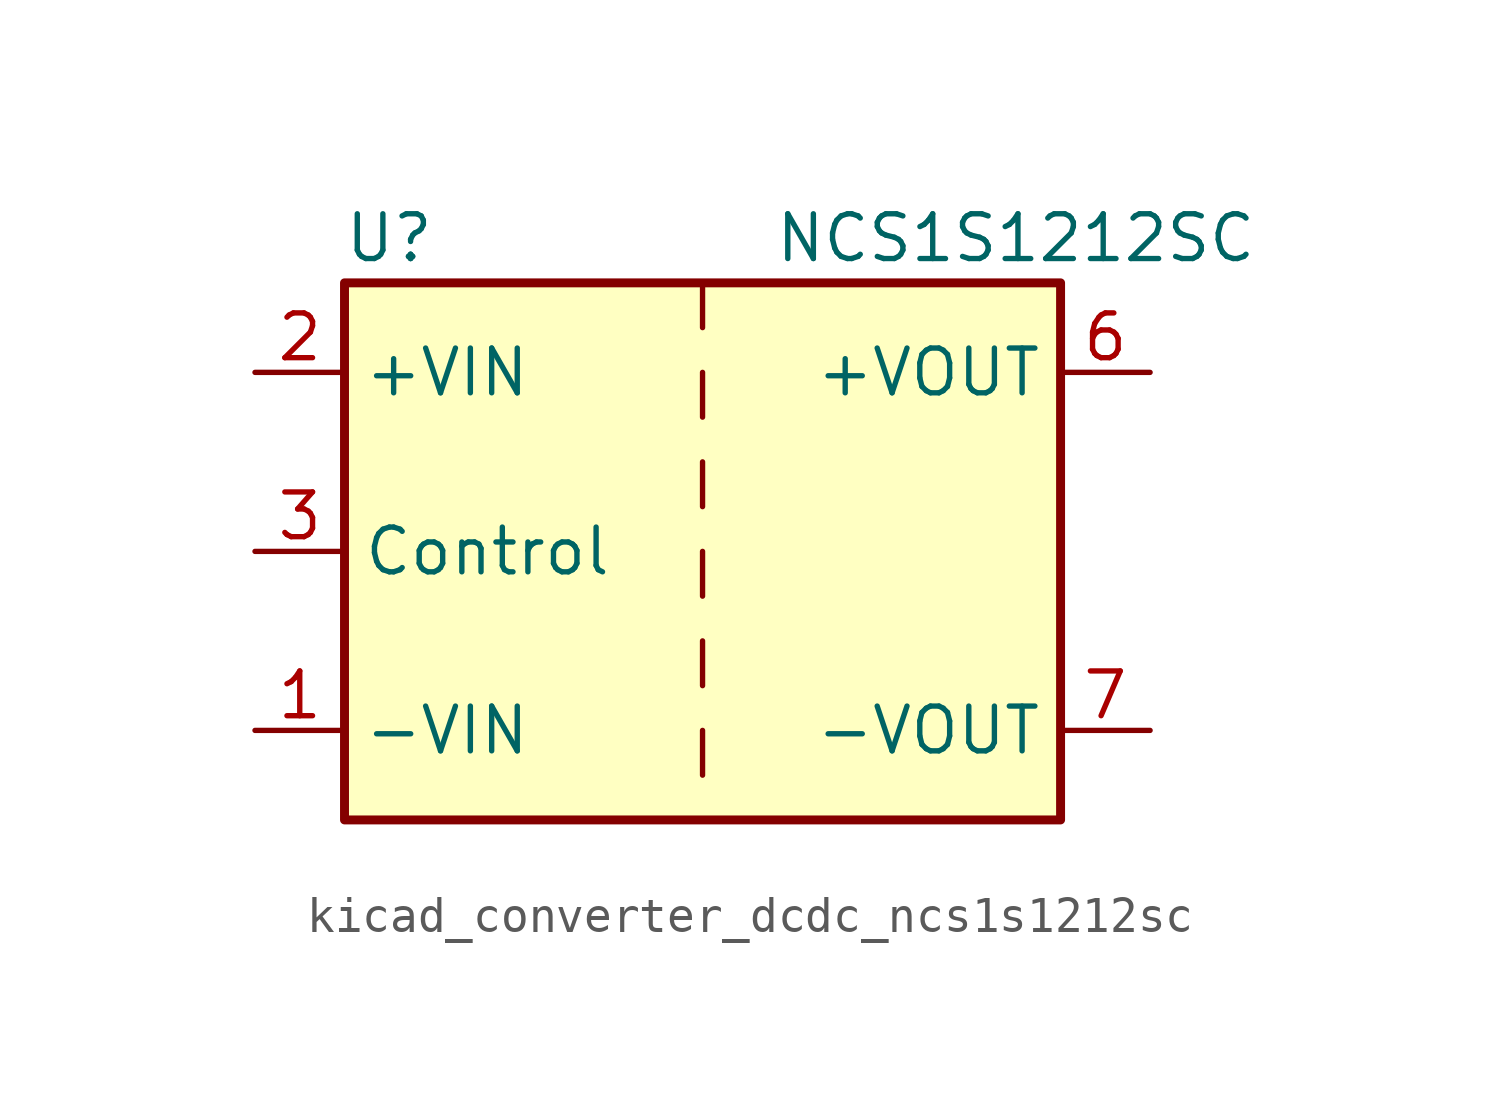
<source format=kicad_sym>
(kicad_symbol_lib
  (version 20220914)
  (generator kicad_symbol_editor)
  (symbol "kicad_converter_dcdc_ncs1s1212sc"
    (property "Reference" "U"
      (at -8.89 8.89 0)
      (effects (font (size 1.27 1.27))))
    (property "Value" "NCS1S1212SC"
      (at 8.89 8.89 0)
      (effects (font (size 1.27 1.27))))
    (symbol "kicad_converter_dcdc_ncs1s1212sc_0_1"
      (rectangle (start -10.16 7.62) (end 10.16 -7.62) (stroke (width 0.254) (type default)) (fill (type background)))
      (polyline (pts (xy 0 -5.08) (xy 0 -6.35)) (stroke (width 0) (type default)) (fill (type none)))
      (polyline (pts (xy 0 -2.54) (xy 0 -3.81)) (stroke (width 0) (type default)) (fill (type none)))
      (polyline (pts (xy 0 0) (xy 0 -1.27)) (stroke (width 0) (type default)) (fill (type none)))
      (polyline (pts (xy 0 2.54) (xy 0 1.27)) (stroke (width 0) (type default)) (fill (type none)))
      (polyline (pts (xy 0 5.08) (xy 0 3.81)) (stroke (width 0) (type default)) (fill (type none)))
      (polyline (pts (xy 0 7.62) (xy 0 6.35)) (stroke (width 0) (type default)) (fill (type none))))
    (symbol "kicad_converter_dcdc_ncs1s1212sc_1_1"
      (pin power_in line (at -12.7 -5.08 0) (length 2.54) (name "-VIN" (effects (font (size 1.27 1.27)))) (number "1" (effects (font (size 1.27 1.27)))))
      (pin power_in line (at -12.7 5.08 0) (length 2.54) (name "+VIN" (effects (font (size 1.27 1.27)))) (number "2" (effects (font (size 1.27 1.27)))))
      (pin input line (at -12.7 0 0) (length 2.54) (name "Control" (effects (font (size 1.27 1.27)))) (number "3" (effects (font (size 1.27 1.27)))))
      (pin power_out line (at 12.7 5.08 180) (length 2.54) (name "+VOUT" (effects (font (size 1.27 1.27)))) (number "6" (effects (font (size 1.27 1.27)))))
      (pin power_out line (at 12.7 -5.08 180) (length 2.54) (name "-VOUT" (effects (font (size 1.27 1.27)))) (number "7" (effects (font (size 1.27 1.27))))))))
</source>
